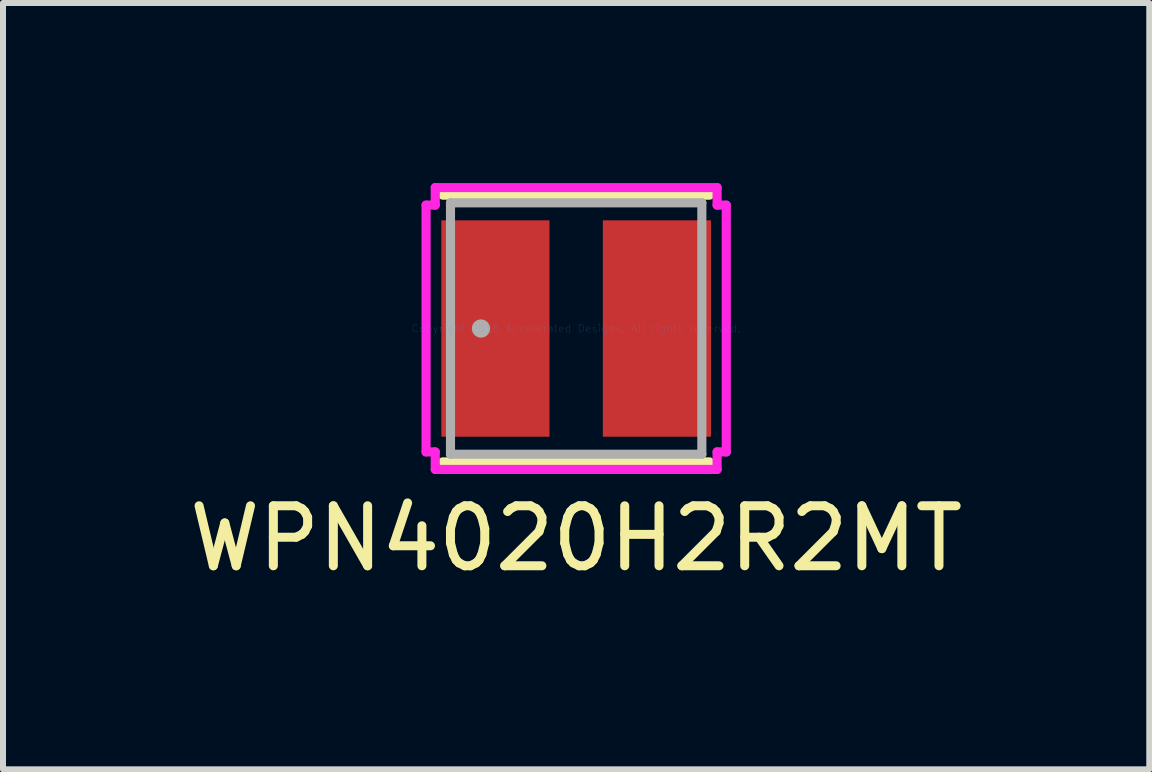
<source format=kicad_pcb>
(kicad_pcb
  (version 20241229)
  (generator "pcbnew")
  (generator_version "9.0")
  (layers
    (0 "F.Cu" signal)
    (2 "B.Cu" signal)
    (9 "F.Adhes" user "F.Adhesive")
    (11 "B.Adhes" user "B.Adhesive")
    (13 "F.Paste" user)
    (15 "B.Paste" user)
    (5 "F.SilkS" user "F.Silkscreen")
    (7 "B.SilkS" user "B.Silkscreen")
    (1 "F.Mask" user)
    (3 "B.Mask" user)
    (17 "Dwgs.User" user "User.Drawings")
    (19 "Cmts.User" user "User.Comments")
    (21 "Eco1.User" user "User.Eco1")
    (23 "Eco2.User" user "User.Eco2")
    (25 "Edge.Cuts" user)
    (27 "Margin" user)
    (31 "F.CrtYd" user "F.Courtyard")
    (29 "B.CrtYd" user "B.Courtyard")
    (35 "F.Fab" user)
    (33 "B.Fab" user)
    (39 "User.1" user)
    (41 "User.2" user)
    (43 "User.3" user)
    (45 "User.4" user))
  (footprint "WPN4020H2R2MT"
    (layer "F.Cu")
    (at 6.554 2.426)
    (property "Reference" "WPN4020H2R2MT" (at 0 3.5 0) (layer "F.SilkS") (effects (font (size 1 1) (thickness 0.15))))
    (attr through_hole)
    (fp_line (start -2.223 2.223) (end 2.223 2.223) (stroke (width 0.152) (type solid)) (layer "F.SilkS"))
    (fp_line (start 2.223 -2.223) (end -2.223 -2.223) (stroke (width 0.152) (type solid)) (layer "F.SilkS"))
    (fp_line (start -2.502 -2.057) (end -2.349 -2.057) (stroke (width 0.152) (type solid)) (layer "F.CrtYd"))
    (fp_line (start -2.502 2.057) (end -2.502 -2.057) (stroke (width 0.152) (type solid)) (layer "F.CrtYd"))
    (fp_line (start -2.349 -2.349) (end 2.349 -2.349) (stroke (width 0.152) (type solid)) (layer "F.CrtYd"))
    (fp_line (start -2.349 -2.057) (end -2.349 -2.349) (stroke (width 0.152) (type solid)) (layer "F.CrtYd"))
    (fp_line (start -2.349 2.057) (end -2.502 2.057) (stroke (width 0.152) (type solid)) (layer "F.CrtYd"))
    (fp_line (start -2.349 2.349) (end -2.349 2.057) (stroke (width 0.152) (type solid)) (layer "F.CrtYd"))
    (fp_line (start 2.349 -2.349) (end 2.349 -2.057) (stroke (width 0.152) (type solid)) (layer "F.CrtYd"))
    (fp_line (start 2.349 -2.057) (end 2.502 -2.057) (stroke (width 0.152) (type solid)) (layer "F.CrtYd"))
    (fp_line (start 2.349 2.057) (end 2.349 2.349) (stroke (width 0.152) (type solid)) (layer "F.CrtYd"))
    (fp_line (start 2.349 2.349) (end -2.349 2.349) (stroke (width 0.152) (type solid)) (layer "F.CrtYd"))
    (fp_line (start 2.502 -2.057) (end 2.502 2.057) (stroke (width 0.152) (type solid)) (layer "F.CrtYd"))
    (fp_line (start 2.502 2.057) (end 2.349 2.057) (stroke (width 0.152) (type solid)) (layer "F.CrtYd"))
    (fp_line (start -2.095 -2.095) (end -2.095 2.095) (stroke (width 0.152) (type solid)) (layer "F.Fab"))
    (fp_line (start -2.095 2.095) (end 2.095 2.095) (stroke (width 0.152) (type solid)) (layer "F.Fab"))
    (fp_line (start 2.095 -2.095) (end -2.095 -2.095) (stroke (width 0.152) (type solid)) (layer "F.Fab"))
    (fp_line (start 2.095 2.095) (end 2.095 -2.095) (stroke (width 0.152) (type solid)) (layer "F.Fab"))
    (fp_circle (center -1.587 0) (end -1.587 0) (stroke (width 0.152) (type solid)) (fill no) (layer "F.Fab"))
    (fp_text user "Copyright 2016 Accelerated Designs. All rights reserved." (at 0 0 0) (layer "Cmts.User") (effects (font (size 0.127 0.127) (thickness 0.002))))
    (pad "1" smd rect (at -1.346 0 90) (size 3.607 1.803) (layers "F.Cu" "F.Mask" "F.Paste"))
    (pad "2" smd rect (at 1.346 0 90) (size 3.607 1.803) (layers "F.Cu" "F.Mask" "F.Paste")))
  (gr_rect
    (start -3 -3)
    (end 16.107 9.774)
    (stroke (width 0.1) (type default))
    (fill no)
    (layer "Edge.Cuts")))
</source>
